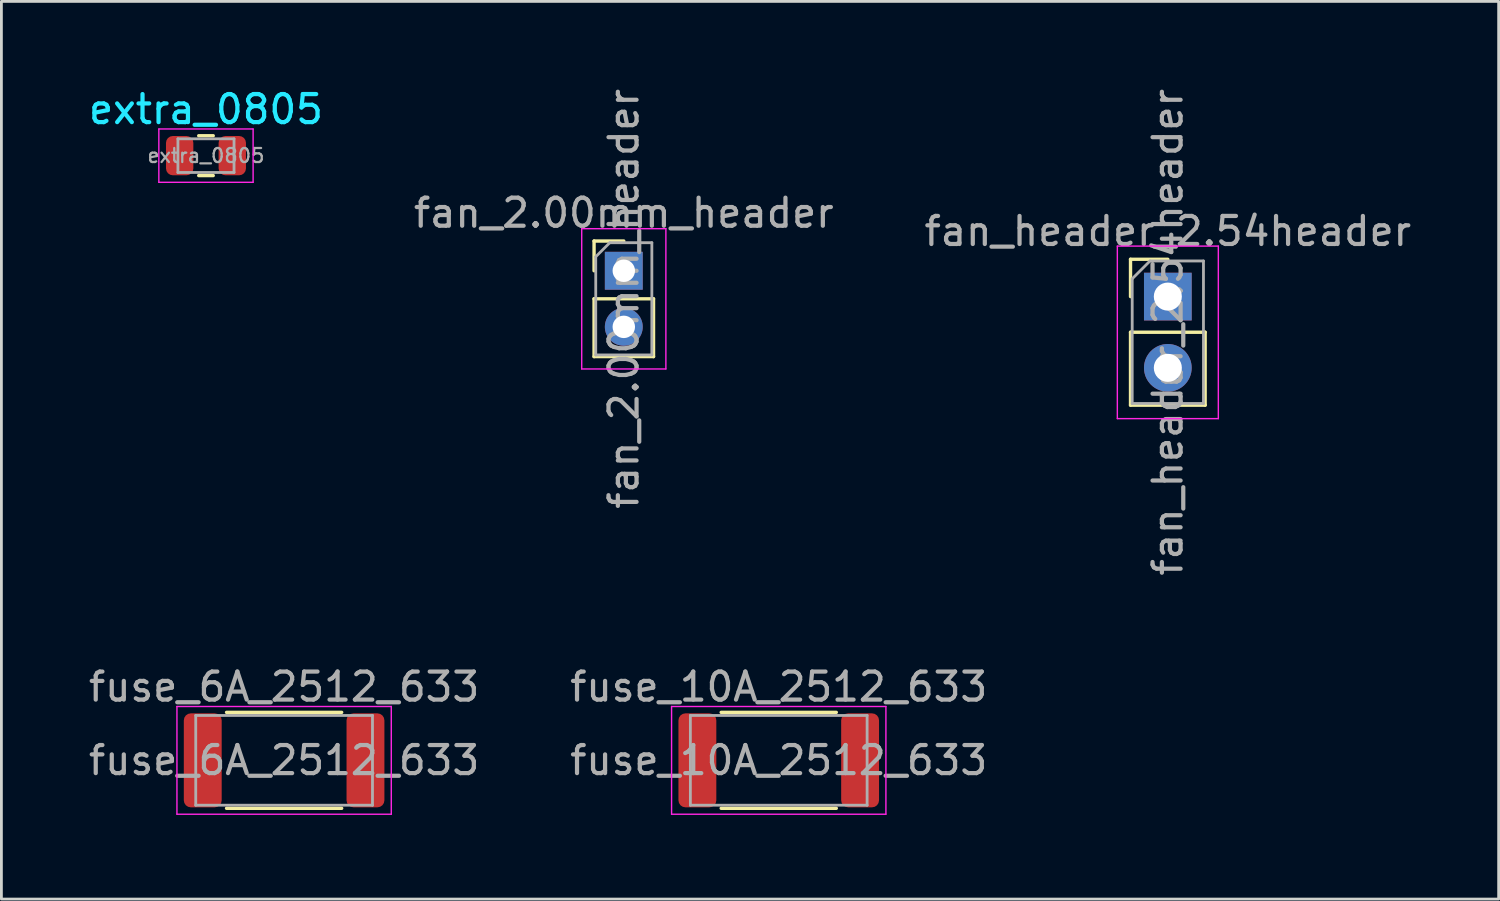
<source format=kicad_pcb>
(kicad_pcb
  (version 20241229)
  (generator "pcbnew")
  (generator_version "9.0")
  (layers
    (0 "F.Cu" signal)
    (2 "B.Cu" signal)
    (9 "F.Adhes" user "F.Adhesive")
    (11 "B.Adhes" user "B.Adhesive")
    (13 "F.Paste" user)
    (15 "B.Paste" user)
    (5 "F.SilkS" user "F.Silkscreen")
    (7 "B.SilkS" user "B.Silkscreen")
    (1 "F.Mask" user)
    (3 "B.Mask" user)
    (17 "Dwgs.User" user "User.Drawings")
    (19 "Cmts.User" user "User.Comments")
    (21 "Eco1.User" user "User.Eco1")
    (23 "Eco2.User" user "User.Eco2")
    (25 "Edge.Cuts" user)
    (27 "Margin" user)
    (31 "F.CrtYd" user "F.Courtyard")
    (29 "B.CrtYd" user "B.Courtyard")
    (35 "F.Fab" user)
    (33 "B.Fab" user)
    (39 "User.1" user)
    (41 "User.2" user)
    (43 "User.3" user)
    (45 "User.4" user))
  (footprint "fan_2.00mm_header"
    (layer "F.Cu")
    (at 19.185 6.601)
    (property "Reference" "fan_2.00mm_header" (at 0 -2.06 0) (layer "F.Fab") (effects (font (size 1 1) (thickness 0.15))))
    (attr through_hole)
    (fp_line (start -1.06 -1.06) (end 0 -1.06) (stroke (width 0.12) (type solid)) (layer "F.SilkS"))
    (fp_line (start -1.06 0) (end -1.06 -1.06) (stroke (width 0.12) (type solid)) (layer "F.SilkS"))
    (fp_line (start -1.06 1) (end -1.06 3.06) (stroke (width 0.12) (type solid)) (layer "F.SilkS"))
    (fp_line (start -1.06 1) (end 1.06 1) (stroke (width 0.12) (type solid)) (layer "F.SilkS"))
    (fp_line (start -1.06 3.06) (end 1.06 3.06) (stroke (width 0.12) (type solid)) (layer "F.SilkS"))
    (fp_line (start 1.06 1) (end 1.06 3.06) (stroke (width 0.12) (type solid)) (layer "F.SilkS"))
    (fp_line (start -1.5 -1.5) (end -1.5 3.5) (stroke (width 0.05) (type solid)) (layer "F.CrtYd"))
    (fp_line (start -1.5 3.5) (end 1.5 3.5) (stroke (width 0.05) (type solid)) (layer "F.CrtYd"))
    (fp_line (start 1.5 -1.5) (end -1.5 -1.5) (stroke (width 0.05) (type solid)) (layer "F.CrtYd"))
    (fp_line (start 1.5 3.5) (end 1.5 -1.5) (stroke (width 0.05) (type solid)) (layer "F.CrtYd"))
    (fp_line (start -1 -0.5) (end -0.5 -1) (stroke (width 0.1) (type solid)) (layer "F.Fab"))
    (fp_line (start -1 3) (end -1 -0.5) (stroke (width 0.1) (type solid)) (layer "F.Fab"))
    (fp_line (start -0.5 -1) (end 1 -1) (stroke (width 0.1) (type solid)) (layer "F.Fab"))
    (fp_line (start 1 -1) (end 1 3) (stroke (width 0.1) (type solid)) (layer "F.Fab"))
    (fp_line (start 1 3) (end -1 3) (stroke (width 0.1) (type solid)) (layer "F.Fab"))
    (fp_text user "${REFERENCE}" (at 0 1 90) (layer "F.Fab") (effects (font (size 1 1) (thickness 0.15))))
    (pad "1" thru_hole rect (at 0 0) (size 1.35 1.35) (drill 0.8) (layers "*.Cu" "*.Mask"))
    (pad "2" thru_hole oval (at 0 2) (size 1.35 1.35) (drill 0.8) (layers "*.Cu" "*.Mask")))
  (footprint "extra_0805"
    (layer "F.Cu")
    (at 4.292 2.498)
    (property "Reference" "extra_0805" (at 0 -1.65 0) (layer "B.CrtYd") (effects (font (size 1 1) (thickness 0.15))))
    (attr smd)
    (fp_line (start -0.259 -0.71) (end 0.259 -0.71) (stroke (width 0.12) (type solid)) (layer "F.SilkS"))
    (fp_line (start -0.259 0.71) (end 0.259 0.71) (stroke (width 0.12) (type solid)) (layer "F.SilkS"))
    (fp_line (start -1.68 -0.95) (end 1.68 -0.95) (stroke (width 0.05) (type solid)) (layer "F.CrtYd"))
    (fp_line (start -1.68 0.95) (end -1.68 -0.95) (stroke (width 0.05) (type solid)) (layer "F.CrtYd"))
    (fp_line (start 1.68 -0.95) (end 1.68 0.95) (stroke (width 0.05) (type solid)) (layer "F.CrtYd"))
    (fp_line (start 1.68 0.95) (end -1.68 0.95) (stroke (width 0.05) (type solid)) (layer "F.CrtYd"))
    (fp_line (start -1 -0.6) (end 1 -0.6) (stroke (width 0.1) (type solid)) (layer "F.Fab"))
    (fp_line (start -1 0.6) (end -1 -0.6) (stroke (width 0.1) (type solid)) (layer "F.Fab"))
    (fp_line (start 1 -0.6) (end 1 0.6) (stroke (width 0.1) (type solid)) (layer "F.Fab"))
    (fp_line (start 1 0.6) (end -1 0.6) (stroke (width 0.1) (type solid)) (layer "F.Fab"))
    (fp_text user "${REFERENCE}" (at 0 0 0) (layer "F.Fab") (effects (font (size 0.5 0.5) (thickness 0.08))))
    (pad "1" smd roundrect (at -0.938 0) (size 0.975 1.4) (layers "F.Cu" "F.Mask" "F.Paste") (roundrect_rratio 0.25))
    (pad "2" smd roundrect (at 0.938 0) (size 0.975 1.4) (layers "F.Cu" "F.Mask" "F.Paste") (roundrect_rratio 0.25)))
  (footprint "fuse_10A_2512_633"
    (layer "F.Cu")
    (at 24.708 24.052)
    (property "Reference" "fuse_10A_2512_633" (at 0 -2.62 0) (layer "F.Fab") (effects (font (size 1 1) (thickness 0.15))))
    (attr smd)
    (fp_line (start -2.052 -1.71) (end 2.052 -1.71) (stroke (width 0.12) (type solid)) (layer "F.SilkS"))
    (fp_line (start -2.052 1.71) (end 2.052 1.71) (stroke (width 0.12) (type solid)) (layer "F.SilkS"))
    (fp_line (start -3.82 -1.92) (end 3.82 -1.92) (stroke (width 0.05) (type solid)) (layer "F.CrtYd"))
    (fp_line (start -3.82 1.92) (end -3.82 -1.92) (stroke (width 0.05) (type solid)) (layer "F.CrtYd"))
    (fp_line (start 3.82 -1.92) (end 3.82 1.92) (stroke (width 0.05) (type solid)) (layer "F.CrtYd"))
    (fp_line (start 3.82 1.92) (end -3.82 1.92) (stroke (width 0.05) (type solid)) (layer "F.CrtYd"))
    (fp_line (start -3.15 -1.6) (end 3.15 -1.6) (stroke (width 0.1) (type solid)) (layer "F.Fab"))
    (fp_line (start -3.15 1.6) (end -3.15 -1.6) (stroke (width 0.1) (type solid)) (layer "F.Fab"))
    (fp_line (start 3.15 -1.6) (end 3.15 1.6) (stroke (width 0.1) (type solid)) (layer "F.Fab"))
    (fp_line (start 3.15 1.6) (end -3.15 1.6) (stroke (width 0.1) (type solid)) (layer "F.Fab"))
    (fp_text user "${REFERENCE}" (at 0 0 0) (layer "F.Fab") (effects (font (size 1 1) (thickness 0.15))))
    (pad "1" smd roundrect (at -2.9 0) (size 1.35 3.35) (layers "F.Cu" "F.Mask" "F.Paste") (roundrect_rratio 0.185))
    (pad "2" smd roundrect (at 2.9 0) (size 1.35 3.35) (layers "F.Cu" "F.Mask" "F.Paste") (roundrect_rratio 0.185)))
  (footprint "fan_header_2.54header"
    (layer "F.Cu")
    (at 38.577 7.522)
    (property "Reference" "fan_header_2.54header" (at 0 -2.33 0) (layer "F.Fab") (effects (font (size 1 1) (thickness 0.15))))
    (attr through_hole)
    (fp_line (start -1.33 -1.33) (end 0 -1.33) (stroke (width 0.12) (type solid)) (layer "F.SilkS"))
    (fp_line (start -1.33 0) (end -1.33 -1.33) (stroke (width 0.12) (type solid)) (layer "F.SilkS"))
    (fp_line (start -1.33 1.27) (end -1.33 3.87) (stroke (width 0.12) (type solid)) (layer "F.SilkS"))
    (fp_line (start -1.33 1.27) (end 1.33 1.27) (stroke (width 0.12) (type solid)) (layer "F.SilkS"))
    (fp_line (start -1.33 3.87) (end 1.33 3.87) (stroke (width 0.12) (type solid)) (layer "F.SilkS"))
    (fp_line (start 1.33 1.27) (end 1.33 3.87) (stroke (width 0.12) (type solid)) (layer "F.SilkS"))
    (fp_line (start -1.8 -1.8) (end -1.8 4.35) (stroke (width 0.05) (type solid)) (layer "F.CrtYd"))
    (fp_line (start -1.8 4.35) (end 1.8 4.35) (stroke (width 0.05) (type solid)) (layer "F.CrtYd"))
    (fp_line (start 1.8 -1.8) (end -1.8 -1.8) (stroke (width 0.05) (type solid)) (layer "F.CrtYd"))
    (fp_line (start 1.8 4.35) (end 1.8 -1.8) (stroke (width 0.05) (type solid)) (layer "F.CrtYd"))
    (fp_line (start -1.27 -0.635) (end -0.635 -1.27) (stroke (width 0.1) (type solid)) (layer "F.Fab"))
    (fp_line (start -1.27 3.81) (end -1.27 -0.635) (stroke (width 0.1) (type solid)) (layer "F.Fab"))
    (fp_line (start -0.635 -1.27) (end 1.27 -1.27) (stroke (width 0.1) (type solid)) (layer "F.Fab"))
    (fp_line (start 1.27 -1.27) (end 1.27 3.81) (stroke (width 0.1) (type solid)) (layer "F.Fab"))
    (fp_line (start 1.27 3.81) (end -1.27 3.81) (stroke (width 0.1) (type solid)) (layer "F.Fab"))
    (fp_text user "${REFERENCE}" (at 0 1.27 90) (layer "F.Fab") (effects (font (size 1 1) (thickness 0.15))))
    (pad "1" thru_hole rect (at 0 0) (size 1.7 1.7) (drill 1) (layers "*.Cu" "*.Mask"))
    (pad "2" thru_hole oval (at 0 2.54) (size 1.7 1.7) (drill 1) (layers "*.Cu" "*.Mask")))
  (footprint "fuse_6A_2512_633"
    (layer "F.Cu")
    (at 7.077 24.052)
    (property "Reference" "fuse_6A_2512_633" (at 0 -2.62 0) (layer "F.Fab") (effects (font (size 1 1) (thickness 0.15))))
    (attr smd)
    (fp_line (start -2.052 -1.71) (end 2.052 -1.71) (stroke (width 0.12) (type solid)) (layer "F.SilkS"))
    (fp_line (start -2.052 1.71) (end 2.052 1.71) (stroke (width 0.12) (type solid)) (layer "F.SilkS"))
    (fp_line (start -3.82 -1.92) (end 3.82 -1.92) (stroke (width 0.05) (type solid)) (layer "F.CrtYd"))
    (fp_line (start -3.82 1.92) (end -3.82 -1.92) (stroke (width 0.05) (type solid)) (layer "F.CrtYd"))
    (fp_line (start 3.82 -1.92) (end 3.82 1.92) (stroke (width 0.05) (type solid)) (layer "F.CrtYd"))
    (fp_line (start 3.82 1.92) (end -3.82 1.92) (stroke (width 0.05) (type solid)) (layer "F.CrtYd"))
    (fp_line (start -3.15 -1.6) (end 3.15 -1.6) (stroke (width 0.1) (type solid)) (layer "F.Fab"))
    (fp_line (start -3.15 1.6) (end -3.15 -1.6) (stroke (width 0.1) (type solid)) (layer "F.Fab"))
    (fp_line (start 3.15 -1.6) (end 3.15 1.6) (stroke (width 0.1) (type solid)) (layer "F.Fab"))
    (fp_line (start 3.15 1.6) (end -3.15 1.6) (stroke (width 0.1) (type solid)) (layer "F.Fab"))
    (fp_text user "${REFERENCE}" (at 0 0 0) (layer "F.Fab") (effects (font (size 1 1) (thickness 0.15))))
    (pad "1" smd roundrect (at -2.9 0) (size 1.35 3.35) (layers "F.Cu" "F.Mask" "F.Paste") (roundrect_rratio 0.185))
    (pad "2" smd roundrect (at 2.9 0) (size 1.35 3.35) (layers "F.Cu" "F.Mask" "F.Paste") (roundrect_rratio 0.185)))
  (gr_rect
    (start -3 -3)
    (end 50.369 28.997)
    (stroke (width 0.1) (type default))
    (fill no)
    (layer "Edge.Cuts")))
</source>
